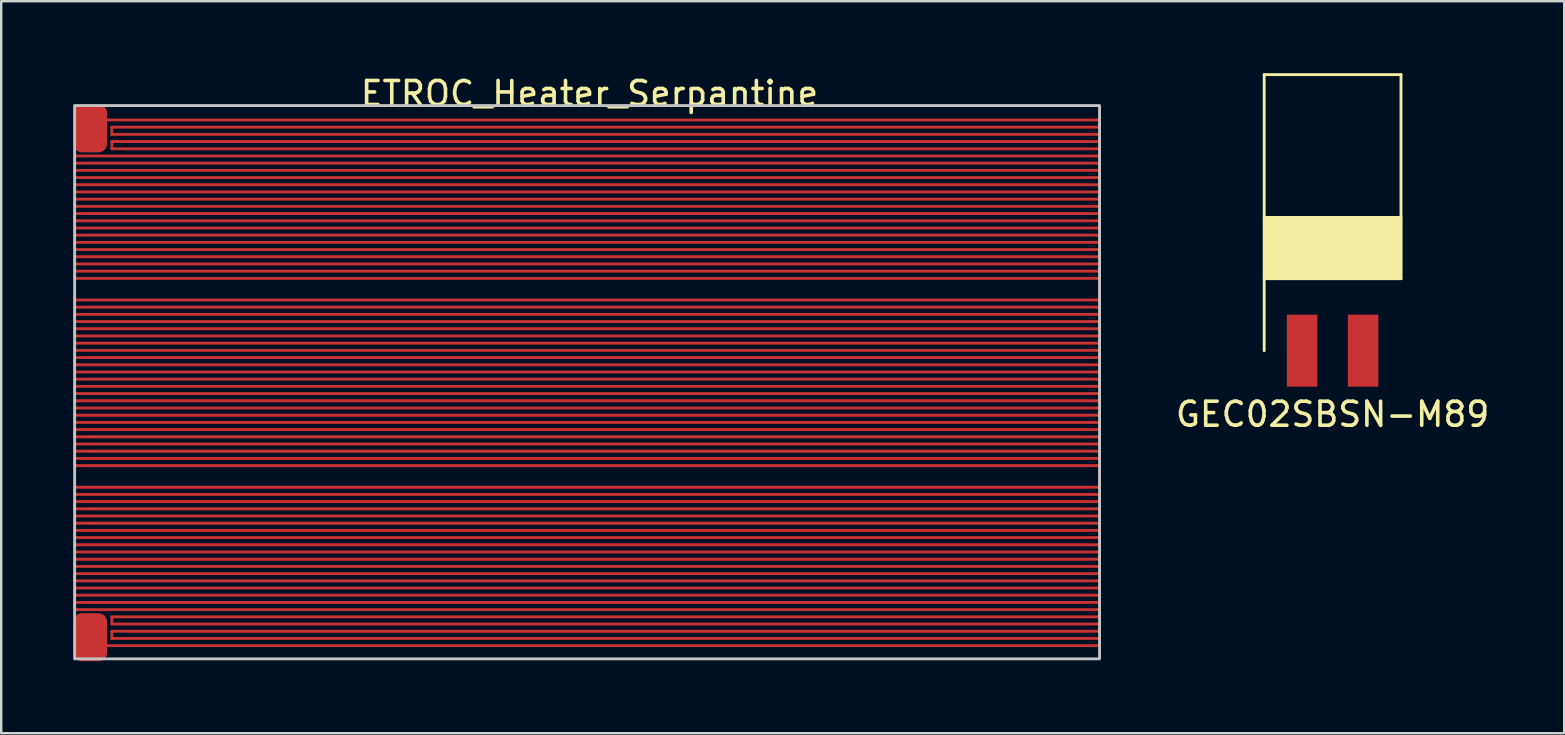
<source format=kicad_pcb>
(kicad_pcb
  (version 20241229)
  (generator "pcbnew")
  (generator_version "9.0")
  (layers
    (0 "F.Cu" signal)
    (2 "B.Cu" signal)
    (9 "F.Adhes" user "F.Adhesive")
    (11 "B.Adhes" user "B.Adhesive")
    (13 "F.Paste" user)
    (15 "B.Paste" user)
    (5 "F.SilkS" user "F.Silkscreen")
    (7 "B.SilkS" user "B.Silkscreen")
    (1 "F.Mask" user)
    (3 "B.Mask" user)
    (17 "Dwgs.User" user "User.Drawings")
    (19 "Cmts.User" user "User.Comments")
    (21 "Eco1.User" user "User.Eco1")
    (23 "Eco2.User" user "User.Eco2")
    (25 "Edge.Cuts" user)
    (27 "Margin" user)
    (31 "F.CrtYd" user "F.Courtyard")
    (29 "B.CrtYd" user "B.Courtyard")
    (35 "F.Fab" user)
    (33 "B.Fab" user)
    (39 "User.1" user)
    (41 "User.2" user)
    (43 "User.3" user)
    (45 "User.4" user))
  (footprint "ETROC_Heater_Serpantine"
    (layer "F.Cu")
    (at 21.51 1.348)
    (property "Reference" "ETROC_Heater_Serpantine" (at 0 -0.5 0) (unlocked yes) (layer "F.SilkS") (effects (font (size 1 1) (thickness 0.15))))
    (attr smd)
    (fp_line (start -21.45 2.1) (end -21.45 2.4) (stroke (width 0.12) (type solid)) (layer "F.Cu"))
    (fp_line (start -21.45 2.1) (end 21.25 2.1) (stroke (width 0.12) (type solid)) (layer "F.Cu"))
    (fp_line (start -21.45 2.4) (end 21.25 2.4) (stroke (width 0.12) (type solid)) (layer "F.Cu"))
    (fp_line (start -21.45 2.7) (end -21.45 3) (stroke (width 0.12) (type solid)) (layer "F.Cu"))
    (fp_line (start -21.45 2.7) (end 21.25 2.7) (stroke (width 0.12) (type solid)) (layer "F.Cu"))
    (fp_line (start -21.45 3) (end 21.25 3) (stroke (width 0.12) (type solid)) (layer "F.Cu"))
    (fp_line (start -21.45 3.3) (end -21.45 3.6) (stroke (width 0.12) (type solid)) (layer "F.Cu"))
    (fp_line (start -21.45 3.3) (end 21.25 3.3) (stroke (width 0.12) (type solid)) (layer "F.Cu"))
    (fp_line (start -21.45 3.6) (end 21.25 3.6) (stroke (width 0.12) (type solid)) (layer "F.Cu"))
    (fp_line (start -21.45 3.9) (end -21.45 4.2) (stroke (width 0.12) (type solid)) (layer "F.Cu"))
    (fp_line (start -21.45 3.9) (end 21.25 3.9) (stroke (width 0.12) (type solid)) (layer "F.Cu"))
    (fp_line (start -21.45 4.2) (end 21.25 4.2) (stroke (width 0.12) (type solid)) (layer "F.Cu"))
    (fp_line (start -21.45 4.5) (end -21.45 4.8) (stroke (width 0.12) (type solid)) (layer "F.Cu"))
    (fp_line (start -21.45 4.5) (end 21.25 4.5) (stroke (width 0.12) (type solid)) (layer "F.Cu"))
    (fp_line (start -21.45 4.8) (end 21.25 4.8) (stroke (width 0.12) (type solid)) (layer "F.Cu"))
    (fp_line (start -21.45 5.1) (end -21.45 5.4) (stroke (width 0.12) (type solid)) (layer "F.Cu"))
    (fp_line (start -21.45 5.1) (end 21.25 5.1) (stroke (width 0.12) (type solid)) (layer "F.Cu"))
    (fp_line (start -21.45 5.4) (end 21.25 5.4) (stroke (width 0.12) (type solid)) (layer "F.Cu"))
    (fp_line (start -21.45 5.7) (end -21.45 6) (stroke (width 0.12) (type solid)) (layer "F.Cu"))
    (fp_line (start -21.45 5.7) (end 21.25 5.7) (stroke (width 0.12) (type solid)) (layer "F.Cu"))
    (fp_line (start -21.45 6) (end 21.25 6) (stroke (width 0.12) (type solid)) (layer "F.Cu"))
    (fp_line (start -21.45 6.3) (end -21.45 6.6) (stroke (width 0.12) (type solid)) (layer "F.Cu"))
    (fp_line (start -21.45 6.3) (end 21.25 6.3) (stroke (width 0.12) (type solid)) (layer "F.Cu"))
    (fp_line (start -21.45 6.6) (end 21.25 6.6) (stroke (width 0.12) (type solid)) (layer "F.Cu"))
    (fp_line (start -21.45 6.9) (end -21.45 7.2) (stroke (width 0.12) (type solid)) (layer "F.Cu"))
    (fp_line (start -21.45 6.9) (end 21.25 6.9) (stroke (width 0.12) (type solid)) (layer "F.Cu"))
    (fp_line (start -21.45 7.2) (end 21.25 7.2) (stroke (width 0.12) (type solid)) (layer "F.Cu"))
    (fp_line (start -21.45 8.1) (end -21.45 8.4) (stroke (width 0.12) (type solid)) (layer "F.Cu"))
    (fp_line (start -21.45 8.1) (end 21.25 8.1) (stroke (width 0.12) (type solid)) (layer "F.Cu"))
    (fp_line (start -21.45 8.4) (end 21.25 8.4) (stroke (width 0.12) (type solid)) (layer "F.Cu"))
    (fp_line (start -21.45 8.7) (end -21.45 9) (stroke (width 0.12) (type solid)) (layer "F.Cu"))
    (fp_line (start -21.45 8.7) (end 21.25 8.7) (stroke (width 0.12) (type solid)) (layer "F.Cu"))
    (fp_line (start -21.45 9) (end 21.25 9) (stroke (width 0.12) (type solid)) (layer "F.Cu"))
    (fp_line (start -21.45 9.3) (end -21.45 9.6) (stroke (width 0.12) (type solid)) (layer "F.Cu"))
    (fp_line (start -21.45 9.3) (end 21.25 9.3) (stroke (width 0.12) (type solid)) (layer "F.Cu"))
    (fp_line (start -21.45 9.6) (end 21.25 9.6) (stroke (width 0.12) (type solid)) (layer "F.Cu"))
    (fp_line (start -21.45 9.9) (end -21.45 10.2) (stroke (width 0.12) (type solid)) (layer "F.Cu"))
    (fp_line (start -21.45 9.9) (end 21.25 9.9) (stroke (width 0.12) (type solid)) (layer "F.Cu"))
    (fp_line (start -21.45 10.2) (end 21.25 10.2) (stroke (width 0.12) (type solid)) (layer "F.Cu"))
    (fp_line (start -21.45 10.5) (end -21.45 10.8) (stroke (width 0.12) (type solid)) (layer "F.Cu"))
    (fp_line (start -21.45 10.5) (end 21.25 10.5) (stroke (width 0.12) (type solid)) (layer "F.Cu"))
    (fp_line (start -21.45 10.8) (end 21.25 10.8) (stroke (width 0.12) (type solid)) (layer "F.Cu"))
    (fp_line (start -21.45 11.1) (end -21.45 11.4) (stroke (width 0.12) (type solid)) (layer "F.Cu"))
    (fp_line (start -21.45 11.1) (end 21.25 11.1) (stroke (width 0.12) (type solid)) (layer "F.Cu"))
    (fp_line (start -21.45 11.4) (end 21.25 11.4) (stroke (width 0.12) (type solid)) (layer "F.Cu"))
    (fp_line (start -21.45 11.7) (end -21.45 12) (stroke (width 0.12) (type solid)) (layer "F.Cu"))
    (fp_line (start -21.45 11.7) (end 21.25 11.7) (stroke (width 0.12) (type solid)) (layer "F.Cu"))
    (fp_line (start -21.45 12) (end 21.25 12) (stroke (width 0.12) (type solid)) (layer "F.Cu"))
    (fp_line (start -21.45 12.3) (end -21.45 12.6) (stroke (width 0.12) (type solid)) (layer "F.Cu"))
    (fp_line (start -21.45 12.3) (end 21.25 12.3) (stroke (width 0.12) (type solid)) (layer "F.Cu"))
    (fp_line (start -21.45 12.6) (end 21.25 12.6) (stroke (width 0.12) (type solid)) (layer "F.Cu"))
    (fp_line (start -21.45 12.9) (end -21.45 13.2) (stroke (width 0.12) (type solid)) (layer "F.Cu"))
    (fp_line (start -21.45 12.9) (end 21.25 12.9) (stroke (width 0.12) (type solid)) (layer "F.Cu"))
    (fp_line (start -21.45 13.2) (end 21.25 13.2) (stroke (width 0.12) (type solid)) (layer "F.Cu"))
    (fp_line (start -21.45 13.5) (end -21.45 13.8) (stroke (width 0.12) (type solid)) (layer "F.Cu"))
    (fp_line (start -21.45 13.5) (end 21.25 13.5) (stroke (width 0.12) (type solid)) (layer "F.Cu"))
    (fp_line (start -21.45 13.8) (end 21.25 13.8) (stroke (width 0.12) (type solid)) (layer "F.Cu"))
    (fp_line (start -21.45 14.1) (end -21.45 14.4) (stroke (width 0.12) (type solid)) (layer "F.Cu"))
    (fp_line (start -21.45 14.1) (end 21.25 14.1) (stroke (width 0.12) (type solid)) (layer "F.Cu"))
    (fp_line (start -21.45 14.4) (end 21.25 14.4) (stroke (width 0.12) (type solid)) (layer "F.Cu"))
    (fp_line (start -21.45 14.7) (end -21.45 15) (stroke (width 0.12) (type solid)) (layer "F.Cu"))
    (fp_line (start -21.45 14.7) (end 21.25 14.7) (stroke (width 0.12) (type solid)) (layer "F.Cu"))
    (fp_line (start -21.45 15) (end 21.25 15) (stroke (width 0.12) (type solid)) (layer "F.Cu"))
    (fp_line (start -21.45 15.9) (end -21.45 16.2) (stroke (width 0.12) (type solid)) (layer "F.Cu"))
    (fp_line (start -21.45 15.9) (end 21.25 15.9) (stroke (width 0.12) (type solid)) (layer "F.Cu"))
    (fp_line (start -21.45 16.2) (end 21.25 16.2) (stroke (width 0.12) (type solid)) (layer "F.Cu"))
    (fp_line (start -21.45 16.5) (end -21.45 16.8) (stroke (width 0.12) (type solid)) (layer "F.Cu"))
    (fp_line (start -21.45 16.5) (end 21.25 16.5) (stroke (width 0.12) (type solid)) (layer "F.Cu"))
    (fp_line (start -21.45 16.8) (end 21.25 16.8) (stroke (width 0.12) (type solid)) (layer "F.Cu"))
    (fp_line (start -21.45 17.1) (end -21.45 17.4) (stroke (width 0.12) (type solid)) (layer "F.Cu"))
    (fp_line (start -21.45 17.1) (end 21.25 17.1) (stroke (width 0.12) (type solid)) (layer "F.Cu"))
    (fp_line (start -21.45 17.4) (end 21.25 17.4) (stroke (width 0.12) (type solid)) (layer "F.Cu"))
    (fp_line (start -21.45 17.7) (end -21.45 18) (stroke (width 0.12) (type solid)) (layer "F.Cu"))
    (fp_line (start -21.45 17.7) (end 21.25 17.7) (stroke (width 0.12) (type solid)) (layer "F.Cu"))
    (fp_line (start -21.45 18) (end 21.25 18) (stroke (width 0.12) (type solid)) (layer "F.Cu"))
    (fp_line (start -21.45 18.3) (end -21.45 18.6) (stroke (width 0.12) (type solid)) (layer "F.Cu"))
    (fp_line (start -21.45 18.3) (end 21.25 18.3) (stroke (width 0.12) (type solid)) (layer "F.Cu"))
    (fp_line (start -21.45 18.6) (end 21.25 18.6) (stroke (width 0.12) (type solid)) (layer "F.Cu"))
    (fp_line (start -21.45 18.9) (end -21.45 19.2) (stroke (width 0.12) (type solid)) (layer "F.Cu"))
    (fp_line (start -21.45 18.9) (end 21.25 18.9) (stroke (width 0.12) (type solid)) (layer "F.Cu"))
    (fp_line (start -21.45 19.2) (end 21.25 19.2) (stroke (width 0.12) (type solid)) (layer "F.Cu"))
    (fp_line (start -21.45 19.5) (end -21.45 19.8) (stroke (width 0.12) (type solid)) (layer "F.Cu"))
    (fp_line (start -21.45 19.5) (end 21.25 19.5) (stroke (width 0.12) (type solid)) (layer "F.Cu"))
    (fp_line (start -21.45 19.8) (end 21.25 19.8) (stroke (width 0.12) (type solid)) (layer "F.Cu"))
    (fp_line (start -21.45 20.1) (end -21.45 20.4) (stroke (width 0.12) (type solid)) (layer "F.Cu"))
    (fp_line (start -21.45 20.1) (end 21.25 20.1) (stroke (width 0.12) (type solid)) (layer "F.Cu"))
    (fp_line (start -21.45 20.4) (end 21.25 20.4) (stroke (width 0.12) (type solid)) (layer "F.Cu"))
    (fp_line (start -21.45 20.7) (end -21.45 21) (stroke (width 0.12) (type solid)) (layer "F.Cu"))
    (fp_line (start -21.45 20.7) (end 21.25 20.7) (stroke (width 0.12) (type solid)) (layer "F.Cu"))
    (fp_line (start -21.45 21) (end 21.25 21) (stroke (width 0.12) (type solid)) (layer "F.Cu"))
    (fp_line (start -20.2 22.5) (end 21.25 22.5) (stroke (width 0.12) (type solid)) (layer "F.Cu"))
    (fp_line (start -20.15 0.6) (end 21.25 0.6) (stroke (width 0.12) (type solid)) (layer "F.Cu"))
    (fp_line (start -19.9 0.9) (end -19.9 1.2) (stroke (width 0.12) (type solid)) (layer "F.Cu"))
    (fp_line (start -19.9 0.9) (end 21.25 0.9) (stroke (width 0.12) (type solid)) (layer "F.Cu"))
    (fp_line (start -19.9 1.2) (end 21.25 1.2) (stroke (width 0.12) (type solid)) (layer "F.Cu"))
    (fp_line (start -19.9 1.5) (end -19.9 1.8) (stroke (width 0.12) (type solid)) (layer "F.Cu"))
    (fp_line (start -19.9 1.5) (end 21.25 1.5) (stroke (width 0.12) (type solid)) (layer "F.Cu"))
    (fp_line (start -19.9 1.8) (end 21.25 1.8) (stroke (width 0.12) (type solid)) (layer "F.Cu"))
    (fp_line (start -19.9 21.3) (end -19.9 21.6) (stroke (width 0.12) (type solid)) (layer "F.Cu"))
    (fp_line (start -19.9 21.3) (end 21.25 21.3) (stroke (width 0.12) (type solid)) (layer "F.Cu"))
    (fp_line (start -19.9 21.6) (end 21.25 21.6) (stroke (width 0.12) (type solid)) (layer "F.Cu"))
    (fp_line (start -19.9 21.9) (end -19.9 22.2) (stroke (width 0.12) (type solid)) (layer "F.Cu"))
    (fp_line (start -19.9 21.9) (end 21.25 21.9) (stroke (width 0.12) (type solid)) (layer "F.Cu"))
    (fp_line (start -19.9 22.2) (end 21.25 22.2) (stroke (width 0.12) (type solid)) (layer "F.Cu"))
    (fp_line (start 21.25 0.6) (end 21.25 0.9) (stroke (width 0.12) (type solid)) (layer "F.Cu"))
    (fp_line (start 21.25 1.2) (end 21.25 1.5) (stroke (width 0.12) (type solid)) (layer "F.Cu"))
    (fp_line (start 21.25 1.8) (end 21.25 2.1) (stroke (width 0.12) (type solid)) (layer "F.Cu"))
    (fp_line (start 21.25 2.4) (end 21.25 2.7) (stroke (width 0.12) (type solid)) (layer "F.Cu"))
    (fp_line (start 21.25 3) (end 21.25 3.3) (stroke (width 0.12) (type solid)) (layer "F.Cu"))
    (fp_line (start 21.25 3.6) (end 21.25 3.9) (stroke (width 0.12) (type solid)) (layer "F.Cu"))
    (fp_line (start 21.25 4.2) (end 21.25 4.5) (stroke (width 0.12) (type solid)) (layer "F.Cu"))
    (fp_line (start 21.25 4.8) (end 21.25 5.1) (stroke (width 0.12) (type solid)) (layer "F.Cu"))
    (fp_line (start 21.25 5.4) (end 21.25 5.7) (stroke (width 0.12) (type solid)) (layer "F.Cu"))
    (fp_line (start 21.25 6) (end 21.25 6.3) (stroke (width 0.12) (type solid)) (layer "F.Cu"))
    (fp_line (start 21.25 6.6) (end 21.25 6.9) (stroke (width 0.12) (type solid)) (layer "F.Cu"))
    (fp_line (start 21.25 7.2) (end 21.25 7.5) (stroke (width 0.12) (type solid)) (layer "F.Cu"))
    (fp_line (start 21.25 7.5) (end 21.25 7.8) (stroke (width 0.12) (type solid)) (layer "F.Cu"))
    (fp_line (start 21.25 7.8) (end 21.25 8.1) (stroke (width 0.12) (type solid)) (layer "F.Cu"))
    (fp_line (start 21.25 8.4) (end 21.25 8.7) (stroke (width 0.12) (type solid)) (layer "F.Cu"))
    (fp_line (start 21.25 9) (end 21.25 9.3) (stroke (width 0.12) (type solid)) (layer "F.Cu"))
    (fp_line (start 21.25 9.6) (end 21.25 9.9) (stroke (width 0.12) (type solid)) (layer "F.Cu"))
    (fp_line (start 21.25 10.2) (end 21.25 10.5) (stroke (width 0.12) (type solid)) (layer "F.Cu"))
    (fp_line (start 21.25 10.8) (end 21.25 11.1) (stroke (width 0.12) (type solid)) (layer "F.Cu"))
    (fp_line (start 21.25 11.4) (end 21.25 11.7) (stroke (width 0.12) (type solid)) (layer "F.Cu"))
    (fp_line (start 21.25 12) (end 21.25 12.3) (stroke (width 0.12) (type solid)) (layer "F.Cu"))
    (fp_line (start 21.25 12.6) (end 21.25 12.9) (stroke (width 0.12) (type solid)) (layer "F.Cu"))
    (fp_line (start 21.25 13.2) (end 21.25 13.5) (stroke (width 0.12) (type solid)) (layer "F.Cu"))
    (fp_line (start 21.25 13.8) (end 21.25 14.1) (stroke (width 0.12) (type solid)) (layer "F.Cu"))
    (fp_line (start 21.25 14.4) (end 21.25 14.7) (stroke (width 0.12) (type solid)) (layer "F.Cu"))
    (fp_line (start 21.25 15) (end 21.25 15.3) (stroke (width 0.12) (type solid)) (layer "F.Cu"))
    (fp_line (start 21.25 15.6) (end 21.25 15.3) (stroke (width 0.12) (type solid)) (layer "F.Cu"))
    (fp_line (start 21.25 15.6) (end 21.25 15.9) (stroke (width 0.12) (type solid)) (layer "F.Cu"))
    (fp_line (start 21.25 16.2) (end 21.25 16.5) (stroke (width 0.12) (type solid)) (layer "F.Cu"))
    (fp_line (start 21.25 16.8) (end 21.25 17.1) (stroke (width 0.12) (type solid)) (layer "F.Cu"))
    (fp_line (start 21.25 17.4) (end 21.25 17.7) (stroke (width 0.12) (type solid)) (layer "F.Cu"))
    (fp_line (start 21.25 18) (end 21.25 18.3) (stroke (width 0.12) (type solid)) (layer "F.Cu"))
    (fp_line (start 21.25 18.6) (end 21.25 18.9) (stroke (width 0.12) (type solid)) (layer "F.Cu"))
    (fp_line (start 21.25 19.2) (end 21.25 19.5) (stroke (width 0.12) (type solid)) (layer "F.Cu"))
    (fp_line (start 21.25 19.8) (end 21.25 20.1) (stroke (width 0.12) (type solid)) (layer "F.Cu"))
    (fp_line (start 21.25 20.4) (end 21.25 20.7) (stroke (width 0.12) (type solid)) (layer "F.Cu"))
    (fp_line (start 21.25 21) (end 21.25 21.3) (stroke (width 0.12) (type solid)) (layer "F.Cu"))
    (fp_line (start 21.25 21.6) (end 21.25 21.9) (stroke (width 0.12) (type solid)) (layer "F.Cu"))
    (fp_line (start 21.25 22.2) (end 21.25 22.5) (stroke (width 0.12) (type solid)) (layer "F.Cu"))
    (fp_rect (start -21.45 0) (end 21.25 23.05) (stroke (width 0.12) (type solid)) (fill no) (layer "Dwgs.User"))
    (pad "1" smd roundrect (at -20.8 0.95 90) (size 2 1.4) (layers "F.Cu" "F.Mask") (roundrect_rratio 0.25))
    (pad "2" smd roundrect (at -20.8 22.15 90) (size 2 1.4) (layers "F.Cu" "F.Mask") (roundrect_rratio 0.25)))
  (footprint "GEC02SBSN-M89"
    (layer "F.Cu")
    (at 52.469 11.56)
    (property "Reference" "GEC02SBSN-M89" (at 0 2.65 0) (layer "F.SilkS") (effects (font (size 1 1) (thickness 0.15))))
    (attr through_hole)
    (fp_line (start -2.85 0) (end -2.85 -11.5) (stroke (width 0.12) (type solid)) (layer "F.SilkS"))
    (fp_line (start 2.85 -11.5) (end -2.85 -11.5) (stroke (width 0.12) (type solid)) (layer "F.SilkS"))
    (fp_line (start 2.85 -5.55) (end -2.85 -5.55) (stroke (width 0.12) (type solid)) (layer "F.SilkS"))
    (fp_line (start 2.85 -3) (end -2.85 -3) (stroke (width 0.12) (type solid)) (layer "F.SilkS"))
    (fp_line (start 2.85 -3) (end 2.85 -11.5) (stroke (width 0.12) (type solid)) (layer "F.SilkS"))
    (fp_poly (pts (xy 2.85 -3) (xy -2.85 -3) (xy -2.85 -5.55) (xy 2.85 -5.55)) (stroke (width 0.1) (type solid)) (fill yes) (layer "F.SilkS"))
    (pad "1" smd rect (at -1.27 0) (size 1.27 3) (layers "F.Cu" "F.Mask" "F.Paste"))
    (pad "2" smd rect (at 1.27 0) (size 1.27 3) (layers "F.Cu" "F.Mask" "F.Paste")))
  (gr_rect
    (start -3 -3)
    (end 62.118 27.498)
    (stroke (width 0.1) (type default))
    (fill no)
    (layer "Edge.Cuts")))
</source>
